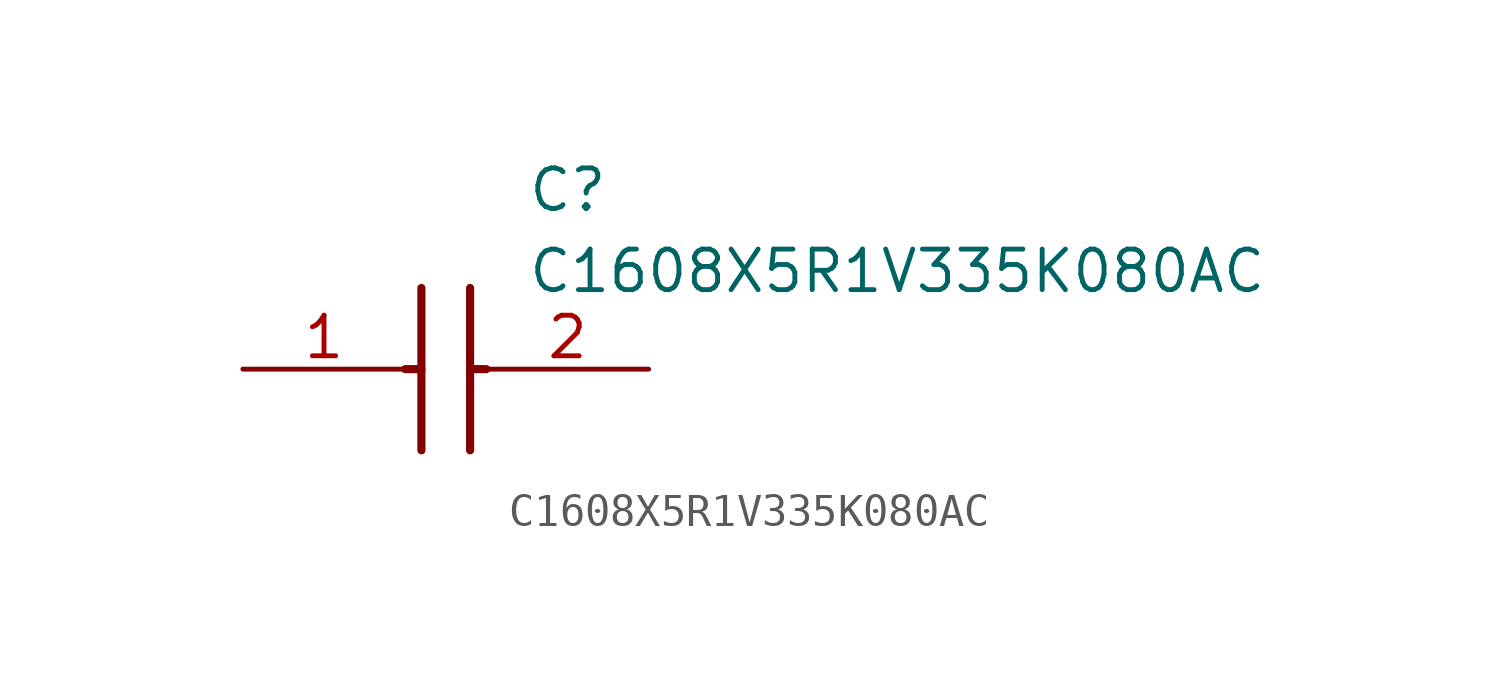
<source format=kicad_sym>
(kicad_symbol_lib
  (version 20211014)
  (generator SamacSys_ECAD_Model)
  (symbol "C1608X5R1V335K080AC"
    (pin_names hide)
    (property "Reference" "C"
      (at 8.89 6.35 0)
      (effects (font (size 1.27 1.27)) (justify left top)))
    (property "Value" "C1608X5R1V335K080AC"
      (at 8.89 3.81 0)
      (effects (font (size 1.27 1.27)) (justify left top)))
    (polyline
      (pts (xy 5.588 2.54) (xy 5.588 -2.54))
      (stroke (width 0.254) (type default))
      (fill (type none)))
    (polyline
      (pts (xy 7.112 2.54) (xy 7.112 -2.54))
      (stroke (width 0.254) (type default))
      (fill (type none)))
    (polyline
      (pts (xy 5.08 0) (xy 5.588 0))
      (stroke (width 0.254) (type default))
      (fill (type none)))
    (polyline
      (pts (xy 7.112 0) (xy 7.62 0))
      (stroke (width 0.254) (type default))
      (fill (type none)))
    (pin passive line
      (at 0 0 0)
      (length 5.08)
      (name "1" (effects (font (size 1.27 1.27))))
      (number "1" (effects (font (size 1.27 1.27)))))
    (pin passive line
      (at 12.7 0 180)
      (length 5.08)
      (name "2" (effects (font (size 1.27 1.27))))
      (number "2" (effects (font (size 1.27 1.27)))))))
</source>
